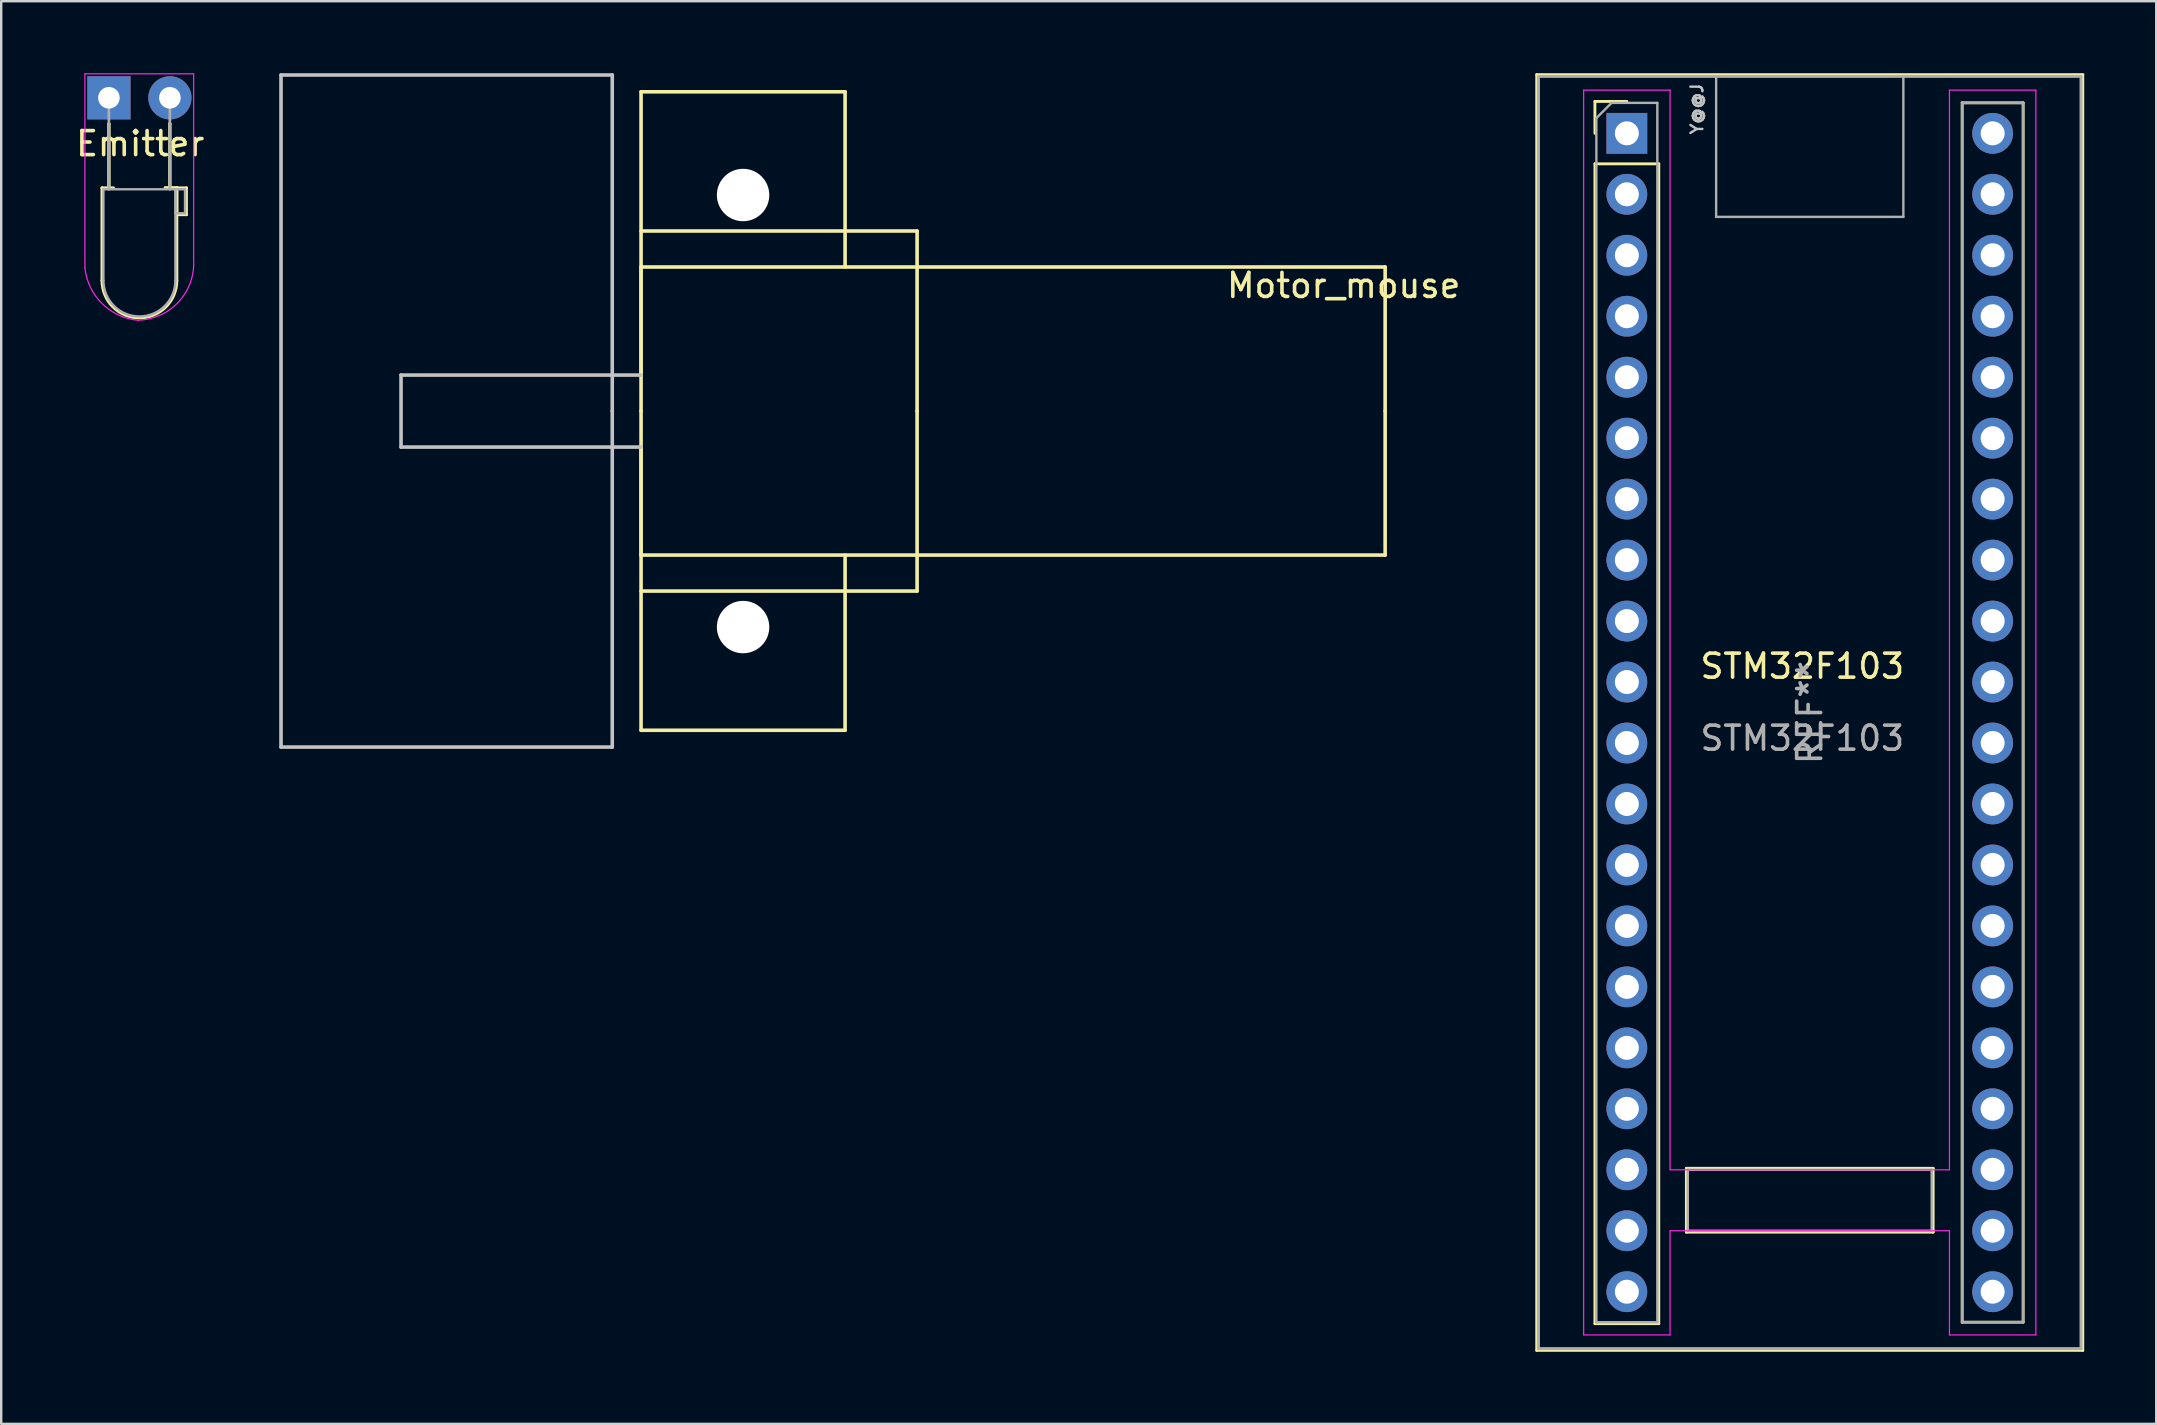
<source format=kicad_pcb>
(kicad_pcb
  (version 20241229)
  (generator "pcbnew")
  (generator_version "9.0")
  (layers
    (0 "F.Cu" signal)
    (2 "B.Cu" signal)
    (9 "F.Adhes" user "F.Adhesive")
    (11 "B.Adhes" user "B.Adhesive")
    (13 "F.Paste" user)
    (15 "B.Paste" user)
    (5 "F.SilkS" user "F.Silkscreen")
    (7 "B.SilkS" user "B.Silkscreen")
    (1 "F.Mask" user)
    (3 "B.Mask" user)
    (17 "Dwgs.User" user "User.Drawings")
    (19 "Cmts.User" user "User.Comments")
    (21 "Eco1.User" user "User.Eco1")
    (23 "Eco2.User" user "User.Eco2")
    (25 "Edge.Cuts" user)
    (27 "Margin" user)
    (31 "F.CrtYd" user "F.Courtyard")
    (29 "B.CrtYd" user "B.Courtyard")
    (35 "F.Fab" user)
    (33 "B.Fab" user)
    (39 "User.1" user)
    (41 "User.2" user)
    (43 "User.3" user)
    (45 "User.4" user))
  (footprint "Motor_mouse"
    (layer "F.Cu")
    (at 54.658 14.075)
    (property "Reference" "Motor_mouse" (at -1.727 -5.232 180) (layer "F.SilkS") (effects (font (size 1 1) (thickness 0.15))))
    (fp_line (start -31 -13.3) (end -22.5 -13.3) (stroke (width 0.15) (type solid)) (layer "F.SilkS"))
    (fp_line (start -31 -7.5) (end -19.5 -7.5) (stroke (width 0.15) (type solid)) (layer "F.SilkS"))
    (fp_line (start -31 -6) (end -31 -1.5) (stroke (width 0.15) (type solid)) (layer "F.SilkS"))
    (fp_line (start -31 0) (end -31 -13.3) (stroke (width 0.15) (type solid)) (layer "F.SilkS"))
    (fp_line (start -31 0) (end -31 13.3) (stroke (width 0.15) (type solid)) (layer "F.SilkS"))
    (fp_line (start -31 6) (end -31 1.5) (stroke (width 0.15) (type solid)) (layer "F.SilkS"))
    (fp_line (start -31 7.5) (end -19.5 7.5) (stroke (width 0.15) (type solid)) (layer "F.SilkS"))
    (fp_line (start -31 13.3) (end -22.5 13.3) (stroke (width 0.15) (type solid)) (layer "F.SilkS"))
    (fp_line (start -22.5 -6) (end -22.5 -13.3) (stroke (width 0.15) (type solid)) (layer "F.SilkS"))
    (fp_line (start -22.5 6) (end -22.5 13.3) (stroke (width 0.15) (type solid)) (layer "F.SilkS"))
    (fp_line (start -19.5 0) (end -19.5 -7.5) (stroke (width 0.15) (type solid)) (layer "F.SilkS"))
    (fp_line (start -19.5 0) (end -19.5 7.5) (stroke (width 0.15) (type solid)) (layer "F.SilkS"))
    (fp_line (start 0 -6) (end -31 -6) (stroke (width 0.15) (type solid)) (layer "F.SilkS"))
    (fp_line (start 0 0) (end 0 -6) (stroke (width 0.15) (type solid)) (layer "F.SilkS"))
    (fp_line (start 0 0) (end 0 6) (stroke (width 0.15) (type solid)) (layer "F.SilkS"))
    (fp_line (start 0 6) (end -31 6) (stroke (width 0.15) (type solid)) (layer "F.SilkS"))
    (fp_line (start -46 -14) (end -46 14) (stroke (width 0.15) (type solid)) (layer "Dwgs.User"))
    (fp_line (start -41 -1.5) (end -41 1.5) (stroke (width 0.15) (type solid)) (layer "Dwgs.User"))
    (fp_line (start -32.2 -14) (end -46 -14) (stroke (width 0.15) (type solid)) (layer "Dwgs.User"))
    (fp_line (start -32.2 0) (end -32.2 -14) (stroke (width 0.15) (type solid)) (layer "Dwgs.User"))
    (fp_line (start -32.2 0) (end -32.2 14) (stroke (width 0.15) (type solid)) (layer "Dwgs.User"))
    (fp_line (start -32.2 14) (end -46 14) (stroke (width 0.15) (type solid)) (layer "Dwgs.User"))
    (fp_line (start -31 -1.5) (end -41 -1.5) (stroke (width 0.15) (type solid)) (layer "Dwgs.User"))
    (fp_line (start -31 1.5) (end -41 1.5) (stroke (width 0.15) (type solid)) (layer "Dwgs.User"))
    (pad "" np_thru_hole circle (at -26.75 -9) (size 2.184 2.184) (drill 2.184) (layers "*.Cu" "*.Mask"))
    (pad "" np_thru_hole circle (at -26.75 9) (size 2.184 2.184) (drill 2.184) (layers "*.Cu" "*.Mask")))
  (footprint "Emitter"
    (layer "F.Cu")
    (at 1.488 1.025)
    (property "Reference" "Emitter" (at 1.304 1.91 180) (layer "F.SilkS") (effects (font (size 1 1) (thickness 0.15))))
    (attr through_hole)
    (fp_line (start -0.29 3.75) (end -0.29 7.61) (stroke (width 0.12) (type solid)) (layer "F.SilkS"))
    (fp_line (start 0 1.08) (end 0 1.08) (stroke (width 0.12) (type solid)) (layer "F.SilkS"))
    (fp_line (start 0 1.08) (end 0 3.75) (stroke (width 0.12) (type solid)) (layer "F.SilkS"))
    (fp_line (start 0 3.75) (end 0 1.08) (stroke (width 0.12) (type solid)) (layer "F.SilkS"))
    (fp_line (start 0 3.75) (end 0 3.75) (stroke (width 0.12) (type solid)) (layer "F.SilkS"))
    (fp_line (start 0.19 3.75) (end -0.29 3.75) (stroke (width 0.12) (type solid)) (layer "F.SilkS"))
    (fp_line (start 2.54 1.07) (end 2.54 3.74) (stroke (width 0.12) (type solid)) (layer "F.SilkS"))
    (fp_line (start 2.54 1.08) (end 2.54 1.08) (stroke (width 0.12) (type solid)) (layer "F.SilkS"))
    (fp_line (start 2.54 3.74) (end 2.54 1.07) (stroke (width 0.12) (type solid)) (layer "F.SilkS"))
    (fp_line (start 2.83 3.75) (end 2.83 7.61) (stroke (width 0.12) (type solid)) (layer "F.SilkS"))
    (fp_line (start 2.83 3.75) (end 3.23 3.75) (stroke (width 0.12) (type solid)) (layer "F.SilkS"))
    (fp_line (start 2.83 4.87) (end 2.83 3.75) (stroke (width 0.12) (type solid)) (layer "F.SilkS"))
    (fp_line (start 2.84 3.74) (end 2.34 3.74) (stroke (width 0.12) (type solid)) (layer "F.SilkS"))
    (fp_line (start 3.23 3.75) (end 3.23 4.87) (stroke (width 0.12) (type solid)) (layer "F.SilkS"))
    (fp_line (start 3.23 4.87) (end 2.83 4.87) (stroke (width 0.12) (type solid)) (layer "F.SilkS"))
    (fp_arc (start 2.83 7.61) (mid 1.27 9.17) (end -0.29 7.61) (stroke (width 0.12) (type solid)) (layer "F.SilkS"))
    (fp_line (start -1 -1) (end -1 7.09) (stroke (width 0.05) (type solid)) (layer "F.CrtYd"))
    (fp_line (start 3.53 -1) (end -1 -1) (stroke (width 0.05) (type solid)) (layer "F.CrtYd"))
    (fp_line (start 3.53 6.73) (end 3.53 -1) (stroke (width 0.05) (type solid)) (layer "F.CrtYd"))
    (fp_arc (start 1.23 9.27) (mid -0.277636 8.581642) (end -1 7.09) (stroke (width 0.05) (type solid)) (layer "F.CrtYd"))
    (fp_arc (start 3.53 6.73) (mid 2.918507 8.485869) (end 1.230403 9.265167) (stroke (width 0.05) (type solid)) (layer "F.CrtYd"))
    (fp_line (start -0.23 3.81) (end -0.23 7.61) (stroke (width 0.1) (type solid)) (layer "F.Fab"))
    (fp_line (start -0.23 3.81) (end 2.77 3.81) (stroke (width 0.1) (type solid)) (layer "F.Fab"))
    (fp_line (start 0 0) (end 0 0) (stroke (width 0.1) (type solid)) (layer "F.Fab"))
    (fp_line (start 0 0) (end 0 3.81) (stroke (width 0.1) (type solid)) (layer "F.Fab"))
    (fp_line (start 0 3.81) (end 0 0) (stroke (width 0.1) (type solid)) (layer "F.Fab"))
    (fp_line (start 0 3.81) (end 0 3.81) (stroke (width 0.1) (type solid)) (layer "F.Fab"))
    (fp_line (start 2.54 0) (end 2.54 0) (stroke (width 0.1) (type solid)) (layer "F.Fab"))
    (fp_line (start 2.54 0) (end 2.54 3.81) (stroke (width 0.1) (type solid)) (layer "F.Fab"))
    (fp_line (start 2.54 3.81) (end 2.54 0) (stroke (width 0.1) (type solid)) (layer "F.Fab"))
    (fp_line (start 2.54 3.81) (end 2.54 3.81) (stroke (width 0.1) (type solid)) (layer "F.Fab"))
    (fp_line (start 2.77 3.81) (end 2.77 7.61) (stroke (width 0.1) (type solid)) (layer "F.Fab"))
    (fp_line (start 2.77 3.81) (end 3.17 3.81) (stroke (width 0.1) (type solid)) (layer "F.Fab"))
    (fp_line (start 2.77 4.81) (end 2.77 3.81) (stroke (width 0.1) (type solid)) (layer "F.Fab"))
    (fp_line (start 3.17 3.81) (end 3.17 4.81) (stroke (width 0.1) (type solid)) (layer "F.Fab"))
    (fp_line (start 3.17 4.81) (end 2.77 4.81) (stroke (width 0.1) (type solid)) (layer "F.Fab"))
    (fp_arc (start 2.77 7.61) (mid 1.27 9.11) (end -0.23 7.61) (stroke (width 0.1) (type solid)) (layer "F.Fab"))
    (pad "1" thru_hole rect (at 0 0) (size 1.8 1.8) (drill 0.9) (layers "*.Cu" "*.Mask"))
    (pad "2" thru_hole circle (at 2.54 0) (size 1.8 1.8) (drill 0.9) (layers "*.Cu" "*.Mask")))
  (footprint "STM32F103"
    (layer "F.Cu")
    (at 72.038 25.205)
    (property "Reference" "STM32F103" (at 0 -0.5 0) (unlocked yes) (layer "F.SilkS") (effects (font (size 1 1) (thickness 0.15))))
    (attr through_hole)
    (fp_line (start -11.065 -25.145) (end 11.685 -25.145) (stroke (width 0.12) (type solid)) (layer "F.SilkS"))
    (fp_line (start -11.065 28.005) (end -11.065 -25.145) (stroke (width 0.12) (type solid)) (layer "F.SilkS"))
    (fp_line (start -8.64 -24.03) (end -7.31 -24.03) (stroke (width 0.12) (type solid)) (layer "F.SilkS"))
    (fp_line (start -8.64 -22.7) (end -8.64 -24.03) (stroke (width 0.12) (type solid)) (layer "F.SilkS"))
    (fp_line (start -8.64 -21.43) (end -5.98 -21.43) (stroke (width 0.12) (type solid)) (layer "F.SilkS"))
    (fp_line (start -8.64 26.89) (end -8.64 -21.43) (stroke (width 0.12) (type solid)) (layer "F.SilkS"))
    (fp_line (start -5.98 -21.43) (end -5.98 26.89) (stroke (width 0.12) (type solid)) (layer "F.SilkS"))
    (fp_line (start -5.98 26.89) (end -8.64 26.89) (stroke (width 0.12) (type solid)) (layer "F.SilkS"))
    (fp_line (start -4.83 20.42) (end -4.83 23.08) (stroke (width 0.12) (type solid)) (layer "F.SilkS"))
    (fp_line (start -4.83 23.08) (end 5.45 23.08) (stroke (width 0.12) (type solid)) (layer "F.SilkS"))
    (fp_line (start 5.45 20.42) (end -4.83 20.42) (stroke (width 0.12) (type solid)) (layer "F.SilkS"))
    (fp_line (start 5.45 23.08) (end 5.45 20.42) (stroke (width 0.12) (type solid)) (layer "F.SilkS"))
    (fp_line (start 6.66 -23.97) (end 9.2 -23.97) (stroke (width 0.12) (type solid)) (layer "F.SilkS"))
    (fp_line (start 6.66 26.83) (end 6.66 -23.97) (stroke (width 0.12) (type solid)) (layer "F.SilkS"))
    (fp_line (start 9.2 -23.97) (end 9.2 26.83) (stroke (width 0.12) (type solid)) (layer "F.SilkS"))
    (fp_line (start 9.2 26.83) (end 6.66 26.83) (stroke (width 0.12) (type solid)) (layer "F.SilkS"))
    (fp_line (start 11.685 -25.145) (end 11.685 28.005) (stroke (width 0.12) (type solid)) (layer "F.SilkS"))
    (fp_line (start 11.685 28.005) (end -11.065 28.005) (stroke (width 0.12) (type solid)) (layer "F.SilkS"))
    (fp_line (start -9.11 -24.5) (end -9.11 27.36) (stroke (width 0.05) (type solid)) (layer "F.CrtYd"))
    (fp_line (start -9.11 27.36) (end -5.51 27.36) (stroke (width 0.05) (type solid)) (layer "F.CrtYd"))
    (fp_line (start -5.51 -24.5) (end -9.11 -24.5) (stroke (width 0.05) (type solid)) (layer "F.CrtYd"))
    (fp_line (start -5.51 -24.5) (end -5.51 20.48) (stroke (width 0.05) (type solid)) (layer "F.CrtYd"))
    (fp_line (start -5.51 20.48) (end 6.13 20.48) (stroke (width 0.05) (type solid)) (layer "F.CrtYd"))
    (fp_line (start -5.51 23.02) (end -5.51 27.36) (stroke (width 0.05) (type solid)) (layer "F.CrtYd"))
    (fp_line (start 6.13 -24.5) (end 6.13 20.48) (stroke (width 0.05) (type solid)) (layer "F.CrtYd"))
    (fp_line (start 6.13 -24.5) (end 9.73 -24.5) (stroke (width 0.05) (type solid)) (layer "F.CrtYd"))
    (fp_line (start 6.13 23.02) (end -5.51 23.02) (stroke (width 0.05) (type solid)) (layer "F.CrtYd"))
    (fp_line (start 6.13 23.02) (end 6.13 27.36) (stroke (width 0.05) (type solid)) (layer "F.CrtYd"))
    (fp_line (start 9.73 -24.5) (end 9.73 27.36) (stroke (width 0.05) (type solid)) (layer "F.CrtYd"))
    (fp_line (start 9.73 27.36) (end 6.13 27.36) (stroke (width 0.05) (type solid)) (layer "F.CrtYd"))
    (fp_line (start -10.99 -25.07) (end 11.61 -25.07) (stroke (width 0.12) (type solid)) (layer "F.Fab"))
    (fp_line (start -10.99 27.93) (end -10.99 -25.02) (stroke (width 0.12) (type solid)) (layer "F.Fab"))
    (fp_line (start -10.99 27.93) (end 11.61 27.93) (stroke (width 0.12) (type solid)) (layer "F.Fab"))
    (fp_line (start -8.58 -23.335) (end -7.945 -23.97) (stroke (width 0.1) (type solid)) (layer "F.Fab"))
    (fp_line (start -8.58 26.83) (end -8.58 -23.335) (stroke (width 0.1) (type solid)) (layer "F.Fab"))
    (fp_line (start -7.945 -23.97) (end -6.04 -23.97) (stroke (width 0.1) (type solid)) (layer "F.Fab"))
    (fp_line (start -6.04 -23.97) (end -6.04 26.83) (stroke (width 0.1) (type solid)) (layer "F.Fab"))
    (fp_line (start -6.04 26.83) (end -8.58 26.83) (stroke (width 0.1) (type solid)) (layer "F.Fab"))
    (fp_line (start -4.77 20.48) (end 5.39 20.48) (stroke (width 0.1) (type solid)) (layer "F.Fab"))
    (fp_line (start -4.77 23.02) (end -4.77 20.48) (stroke (width 0.1) (type solid)) (layer "F.Fab"))
    (fp_line (start -3.59 -19.22) (end -3.59 -25.02) (stroke (width 0.1) (type solid)) (layer "F.Fab"))
    (fp_line (start -3.59 -19.22) (end 4.21 -19.22) (stroke (width 0.1) (type solid)) (layer "F.Fab"))
    (fp_line (start 4.21 -19.22) (end 4.21 -25.02) (stroke (width 0.1) (type solid)) (layer "F.Fab"))
    (fp_line (start 5.39 20.48) (end 5.39 23.02) (stroke (width 0.1) (type solid)) (layer "F.Fab"))
    (fp_line (start 5.39 23.02) (end -4.77 23.02) (stroke (width 0.1) (type solid)) (layer "F.Fab"))
    (fp_line (start 6.66 -23.97) (end 9.2 -23.97) (stroke (width 0.1) (type solid)) (layer "F.Fab"))
    (fp_line (start 6.66 26.83) (end 6.66 -23.97) (stroke (width 0.1) (type solid)) (layer "F.Fab"))
    (fp_line (start 9.2 -23.97) (end 9.2 26.83) (stroke (width 0.1) (type solid)) (layer "F.Fab"))
    (fp_line (start 9.2 26.83) (end 6.66 26.83) (stroke (width 0.1) (type solid)) (layer "F.Fab"))
    (fp_line (start 11.61 -25.07) (end 11.61 27.93) (stroke (width 0.12) (type solid)) (layer "F.Fab"))
    (fp_text user "Y@@J" (at -4.389 -23.716 90) (unlocked yes) (layer "Dwgs.User") (effects (font (size 0.5 0.5) (thickness 0.1))))
    (fp_text user "${REFERENCE}" (at 0 2.5 0) (unlocked yes) (layer "F.Fab") (effects (font (size 1 1) (thickness 0.15))))
    (fp_text user "REF**" (at 0.31 1.43 90) (layer "F.Fab") (effects (font (size 1 1) (thickness 0.15))))
    (pad "1" thru_hole rect (at -7.31 -22.7) (size 1.7 1.7) (drill 1) (layers "*.Cu" "*.Mask"))
    (pad "2" thru_hole circle (at -7.31 -20.16) (size 1.7 1.7) (drill 1) (layers "*.Cu" "*.Mask"))
    (pad "3" thru_hole circle (at -7.31 -17.62) (size 1.7 1.7) (drill 1) (layers "*.Cu" "*.Mask"))
    (pad "4" thru_hole circle (at -7.31 -15.08) (size 1.7 1.7) (drill 1) (layers "*.Cu" "*.Mask"))
    (pad "5" thru_hole circle (at -7.31 -12.54) (size 1.7 1.7) (drill 1) (layers "*.Cu" "*.Mask"))
    (pad "6" thru_hole circle (at -7.31 -10) (size 1.7 1.7) (drill 1) (layers "*.Cu" "*.Mask"))
    (pad "7" thru_hole circle (at -7.31 -7.46) (size 1.7 1.7) (drill 1) (layers "*.Cu" "*.Mask"))
    (pad "8" thru_hole circle (at -7.31 -4.92) (size 1.7 1.7) (drill 1) (layers "*.Cu" "*.Mask"))
    (pad "9" thru_hole circle (at -7.31 -2.38) (size 1.7 1.7) (drill 1) (layers "*.Cu" "*.Mask"))
    (pad "10" thru_hole circle (at -7.31 0.16) (size 1.7 1.7) (drill 1) (layers "*.Cu" "*.Mask"))
    (pad "11" thru_hole circle (at -7.31 2.7) (size 1.7 1.7) (drill 1) (layers "*.Cu" "*.Mask"))
    (pad "12" thru_hole circle (at -7.31 5.24) (size 1.7 1.7) (drill 1) (layers "*.Cu" "*.Mask"))
    (pad "13" thru_hole circle (at -7.31 7.78) (size 1.7 1.7) (drill 1) (layers "*.Cu" "*.Mask"))
    (pad "14" thru_hole circle (at -7.31 10.32) (size 1.7 1.7) (drill 1) (layers "*.Cu" "*.Mask"))
    (pad "15" thru_hole circle (at -7.31 12.86) (size 1.7 1.7) (drill 1) (layers "*.Cu" "*.Mask"))
    (pad "16" thru_hole circle (at -7.31 15.4) (size 1.7 1.7) (drill 1) (layers "*.Cu" "*.Mask"))
    (pad "17" thru_hole circle (at -7.31 17.94) (size 1.7 1.7) (drill 1) (layers "*.Cu" "*.Mask"))
    (pad "18" thru_hole circle (at -7.31 20.48) (size 1.7 1.7) (drill 1) (layers "*.Cu" "*.Mask"))
    (pad "19" thru_hole circle (at -7.31 23.02) (size 1.7 1.7) (drill 1) (layers "*.Cu" "*.Mask"))
    (pad "20" thru_hole circle (at -7.31 25.56) (size 1.7 1.7) (drill 1) (layers "*.Cu" "*.Mask"))
    (pad "21" thru_hole circle (at 7.93 25.56) (size 1.7 1.7) (drill 1) (layers "*.Cu" "*.Mask"))
    (pad "22" thru_hole circle (at 7.93 23.02) (size 1.7 1.7) (drill 1) (layers "*.Cu" "*.Mask"))
    (pad "23" thru_hole circle (at 7.93 20.48) (size 1.7 1.7) (drill 1) (layers "*.Cu" "*.Mask"))
    (pad "24" thru_hole circle (at 7.93 17.94) (size 1.7 1.7) (drill 1) (layers "*.Cu" "*.Mask"))
    (pad "25" thru_hole circle (at 7.93 15.4) (size 1.7 1.7) (drill 1) (layers "*.Cu" "*.Mask"))
    (pad "26" thru_hole circle (at 7.93 12.86) (size 1.7 1.7) (drill 1) (layers "*.Cu" "*.Mask"))
    (pad "27" thru_hole circle (at 7.93 10.32) (size 1.7 1.7) (drill 1) (layers "*.Cu" "*.Mask"))
    (pad "28" thru_hole circle (at 7.93 7.78) (size 1.7 1.7) (drill 1) (layers "*.Cu" "*.Mask"))
    (pad "29" thru_hole circle (at 7.93 5.24) (size 1.7 1.7) (drill 1) (layers "*.Cu" "*.Mask"))
    (pad "30" thru_hole circle (at 7.93 2.7) (size 1.7 1.7) (drill 1) (layers "*.Cu" "*.Mask"))
    (pad "31" thru_hole circle (at 7.93 0.16) (size 1.7 1.7) (drill 1) (layers "*.Cu" "*.Mask"))
    (pad "32" thru_hole circle (at 7.93 -2.38) (size 1.7 1.7) (drill 1) (layers "*.Cu" "*.Mask"))
    (pad "33" thru_hole circle (at 7.93 -4.92) (size 1.7 1.7) (drill 1) (layers "*.Cu" "*.Mask"))
    (pad "34" thru_hole circle (at 7.93 -7.46) (size 1.7 1.7) (drill 1) (layers "*.Cu" "*.Mask"))
    (pad "35" thru_hole circle (at 7.93 -10) (size 1.7 1.7) (drill 1) (layers "*.Cu" "*.Mask"))
    (pad "36" thru_hole circle (at 7.93 -12.54) (size 1.7 1.7) (drill 1) (layers "*.Cu" "*.Mask"))
    (pad "37" thru_hole circle (at 7.93 -15.08) (size 1.7 1.7) (drill 1) (layers "*.Cu" "*.Mask"))
    (pad "38" thru_hole circle (at 7.93 -17.62) (size 1.7 1.7) (drill 1) (layers "*.Cu" "*.Mask"))
    (pad "39" thru_hole circle (at 7.93 -20.16) (size 1.7 1.7) (drill 1) (layers "*.Cu" "*.Mask"))
    (pad "40" thru_hole circle (at 7.93 -22.7) (size 1.7 1.7) (drill 1) (layers "*.Cu" "*.Mask")))
  (gr_rect
    (start -3 -3)
    (end 86.783 56.27)
    (stroke (width 0.1) (type default))
    (fill no)
    (layer "Edge.Cuts")))
</source>
